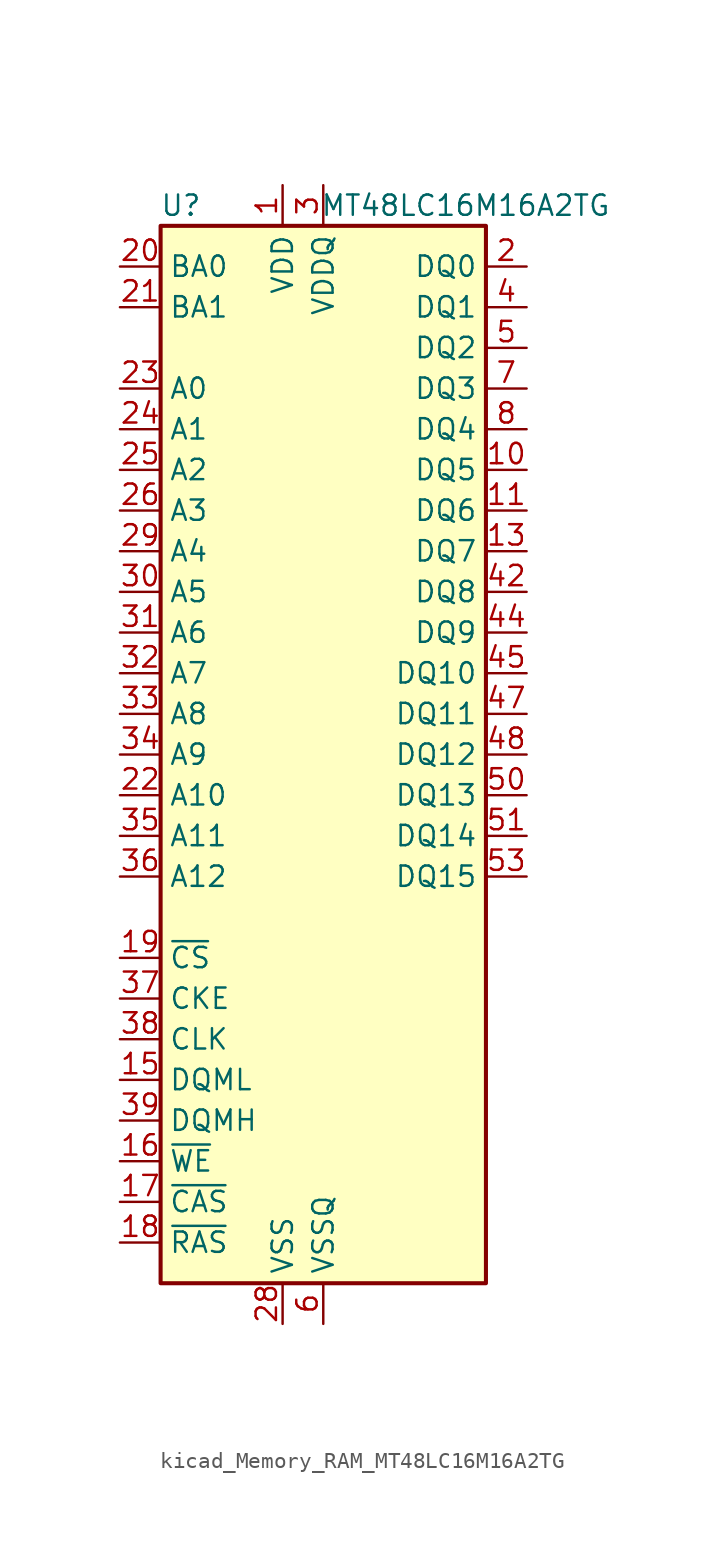
<source format=kicad_sym>
(kicad_symbol_lib
  (version 20220914)
  (generator kicad_symbol_editor)
  (symbol "kicad_Memory_RAM_MT48LC16M16A2TG"
    (property "Reference" "U"
      (at -8.89 34.29 0)
      (effects (font (size 1.27 1.27))))
    (property "Value" "MT48LC16M16A2TG"
      (at 8.89 34.29 0)
      (effects (font (size 1.27 1.27))))
    (symbol "kicad_Memory_RAM_MT48LC16M16A2TG_0_1"
      (rectangle (start -10.16 33.02) (end 10.16 -33.02) (stroke (width 0.254) (type default)) (fill (type background))))
    (symbol "kicad_Memory_RAM_MT48LC16M16A2TG_1_1"
      (pin power_in line (at -2.54 35.56 270) (length 2.54) (name "VDD" (effects (font (size 1.27 1.27)))) (number "1" (effects (font (size 1.27 1.27)))))
      (pin bidirectional line (at 12.7 17.78 180) (length 2.54) (name "DQ5" (effects (font (size 1.27 1.27)))) (number "10" (effects (font (size 1.27 1.27)))))
      (pin bidirectional line (at 12.7 15.24 180) (length 2.54) (name "DQ6" (effects (font (size 1.27 1.27)))) (number "11" (effects (font (size 1.27 1.27)))))
      (pin passive line (at 0 -35.56 90) (length 2.54) hide (name "VSSQ" (effects (font (size 1.27 1.27)))) (number "12" (effects (font (size 1.27 1.27)))))
      (pin bidirectional line (at 12.7 12.7 180) (length 2.54) (name "DQ7" (effects (font (size 1.27 1.27)))) (number "13" (effects (font (size 1.27 1.27)))))
      (pin passive line (at -2.54 35.56 270) (length 2.54) hide (name "VDD" (effects (font (size 1.27 1.27)))) (number "14" (effects (font (size 1.27 1.27)))))
      (pin input line (at -12.7 -20.32 0) (length 2.54) (name "DQML" (effects (font (size 1.27 1.27)))) (number "15" (effects (font (size 1.27 1.27)))))
      (pin input line (at -12.7 -25.4 0) (length 2.54) (name "~{WE}" (effects (font (size 1.27 1.27)))) (number "16" (effects (font (size 1.27 1.27)))))
      (pin input line (at -12.7 -27.94 0) (length 2.54) (name "~{CAS}" (effects (font (size 1.27 1.27)))) (number "17" (effects (font (size 1.27 1.27)))))
      (pin input line (at -12.7 -30.48 0) (length 2.54) (name "~{RAS}" (effects (font (size 1.27 1.27)))) (number "18" (effects (font (size 1.27 1.27)))))
      (pin input line (at -12.7 -12.7 0) (length 2.54) (name "~{CS}" (effects (font (size 1.27 1.27)))) (number "19" (effects (font (size 1.27 1.27)))))
      (pin bidirectional line (at 12.7 30.48 180) (length 2.54) (name "DQ0" (effects (font (size 1.27 1.27)))) (number "2" (effects (font (size 1.27 1.27)))))
      (pin input line (at -12.7 30.48 0) (length 2.54) (name "BA0" (effects (font (size 1.27 1.27)))) (number "20" (effects (font (size 1.27 1.27)))))
      (pin input line (at -12.7 27.94 0) (length 2.54) (name "BA1" (effects (font (size 1.27 1.27)))) (number "21" (effects (font (size 1.27 1.27)))))
      (pin input line (at -12.7 -2.54 0) (length 2.54) (name "A10" (effects (font (size 1.27 1.27)))) (number "22" (effects (font (size 1.27 1.27)))))
      (pin input line (at -12.7 22.86 0) (length 2.54) (name "A0" (effects (font (size 1.27 1.27)))) (number "23" (effects (font (size 1.27 1.27)))))
      (pin input line (at -12.7 20.32 0) (length 2.54) (name "A1" (effects (font (size 1.27 1.27)))) (number "24" (effects (font (size 1.27 1.27)))))
      (pin input line (at -12.7 17.78 0) (length 2.54) (name "A2" (effects (font (size 1.27 1.27)))) (number "25" (effects (font (size 1.27 1.27)))))
      (pin input line (at -12.7 15.24 0) (length 2.54) (name "A3" (effects (font (size 1.27 1.27)))) (number "26" (effects (font (size 1.27 1.27)))))
      (pin passive line (at -2.54 35.56 270) (length 2.54) hide (name "VDD" (effects (font (size 1.27 1.27)))) (number "27" (effects (font (size 1.27 1.27)))))
      (pin power_in line (at -2.54 -35.56 90) (length 2.54) (name "VSS" (effects (font (size 1.27 1.27)))) (number "28" (effects (font (size 1.27 1.27)))))
      (pin input line (at -12.7 12.7 0) (length 2.54) (name "A4" (effects (font (size 1.27 1.27)))) (number "29" (effects (font (size 1.27 1.27)))))
      (pin power_in line (at 0 35.56 270) (length 2.54) (name "VDDQ" (effects (font (size 1.27 1.27)))) (number "3" (effects (font (size 1.27 1.27)))))
      (pin input line (at -12.7 10.16 0) (length 2.54) (name "A5" (effects (font (size 1.27 1.27)))) (number "30" (effects (font (size 1.27 1.27)))))
      (pin input line (at -12.7 7.62 0) (length 2.54) (name "A6" (effects (font (size 1.27 1.27)))) (number "31" (effects (font (size 1.27 1.27)))))
      (pin input line (at -12.7 5.08 0) (length 2.54) (name "A7" (effects (font (size 1.27 1.27)))) (number "32" (effects (font (size 1.27 1.27)))))
      (pin input line (at -12.7 2.54 0) (length 2.54) (name "A8" (effects (font (size 1.27 1.27)))) (number "33" (effects (font (size 1.27 1.27)))))
      (pin input line (at -12.7 0 0) (length 2.54) (name "A9" (effects (font (size 1.27 1.27)))) (number "34" (effects (font (size 1.27 1.27)))))
      (pin input line (at -12.7 -5.08 0) (length 2.54) (name "A11" (effects (font (size 1.27 1.27)))) (number "35" (effects (font (size 1.27 1.27)))))
      (pin input line (at -12.7 -7.62 0) (length 2.54) (name "A12" (effects (font (size 1.27 1.27)))) (number "36" (effects (font (size 1.27 1.27)))))
      (pin input line (at -12.7 -15.24 0) (length 2.54) (name "CKE" (effects (font (size 1.27 1.27)))) (number "37" (effects (font (size 1.27 1.27)))))
      (pin input line (at -12.7 -17.78 0) (length 2.54) (name "CLK" (effects (font (size 1.27 1.27)))) (number "38" (effects (font (size 1.27 1.27)))))
      (pin input line (at -12.7 -22.86 0) (length 2.54) (name "DQMH" (effects (font (size 1.27 1.27)))) (number "39" (effects (font (size 1.27 1.27)))))
      (pin bidirectional line (at 12.7 27.94 180) (length 2.54) (name "DQ1" (effects (font (size 1.27 1.27)))) (number "4" (effects (font (size 1.27 1.27)))))
      (pin no_connect line (at 10.16 -20.32 180) (length 2.54) hide (name "NC" (effects (font (size 1.27 1.27)))) (number "40" (effects (font (size 1.27 1.27)))))
      (pin passive line (at -2.54 -35.56 90) (length 2.54) hide (name "VSS" (effects (font (size 1.27 1.27)))) (number "41" (effects (font (size 1.27 1.27)))))
      (pin bidirectional line (at 12.7 10.16 180) (length 2.54) (name "DQ8" (effects (font (size 1.27 1.27)))) (number "42" (effects (font (size 1.27 1.27)))))
      (pin passive line (at 0 35.56 270) (length 2.54) hide (name "VDDQ" (effects (font (size 1.27 1.27)))) (number "43" (effects (font (size 1.27 1.27)))))
      (pin bidirectional line (at 12.7 7.62 180) (length 2.54) (name "DQ9" (effects (font (size 1.27 1.27)))) (number "44" (effects (font (size 1.27 1.27)))))
      (pin bidirectional line (at 12.7 5.08 180) (length 2.54) (name "DQ10" (effects (font (size 1.27 1.27)))) (number "45" (effects (font (size 1.27 1.27)))))
      (pin passive line (at 0 -35.56 90) (length 2.54) hide (name "VSSQ" (effects (font (size 1.27 1.27)))) (number "46" (effects (font (size 1.27 1.27)))))
      (pin bidirectional line (at 12.7 2.54 180) (length 2.54) (name "DQ11" (effects (font (size 1.27 1.27)))) (number "47" (effects (font (size 1.27 1.27)))))
      (pin bidirectional line (at 12.7 0 180) (length 2.54) (name "DQ12" (effects (font (size 1.27 1.27)))) (number "48" (effects (font (size 1.27 1.27)))))
      (pin passive line (at 0 35.56 270) (length 2.54) hide (name "VDDQ" (effects (font (size 1.27 1.27)))) (number "49" (effects (font (size 1.27 1.27)))))
      (pin bidirectional line (at 12.7 25.4 180) (length 2.54) (name "DQ2" (effects (font (size 1.27 1.27)))) (number "5" (effects (font (size 1.27 1.27)))))
      (pin bidirectional line (at 12.7 -2.54 180) (length 2.54) (name "DQ13" (effects (font (size 1.27 1.27)))) (number "50" (effects (font (size 1.27 1.27)))))
      (pin bidirectional line (at 12.7 -5.08 180) (length 2.54) (name "DQ14" (effects (font (size 1.27 1.27)))) (number "51" (effects (font (size 1.27 1.27)))))
      (pin passive line (at 0 -35.56 90) (length 2.54) hide (name "VSSQ" (effects (font (size 1.27 1.27)))) (number "52" (effects (font (size 1.27 1.27)))))
      (pin bidirectional line (at 12.7 -7.62 180) (length 2.54) (name "DQ15" (effects (font (size 1.27 1.27)))) (number "53" (effects (font (size 1.27 1.27)))))
      (pin passive line (at -2.54 -35.56 90) (length 2.54) hide (name "VSS" (effects (font (size 1.27 1.27)))) (number "54" (effects (font (size 1.27 1.27)))))
      (pin power_in line (at 0 -35.56 90) (length 2.54) (name "VSSQ" (effects (font (size 1.27 1.27)))) (number "6" (effects (font (size 1.27 1.27)))))
      (pin bidirectional line (at 12.7 22.86 180) (length 2.54) (name "DQ3" (effects (font (size 1.27 1.27)))) (number "7" (effects (font (size 1.27 1.27)))))
      (pin bidirectional line (at 12.7 20.32 180) (length 2.54) (name "DQ4" (effects (font (size 1.27 1.27)))) (number "8" (effects (font (size 1.27 1.27)))))
      (pin passive line (at 0 35.56 270) (length 2.54) hide (name "VDDQ" (effects (font (size 1.27 1.27)))) (number "9" (effects (font (size 1.27 1.27))))))))
</source>
